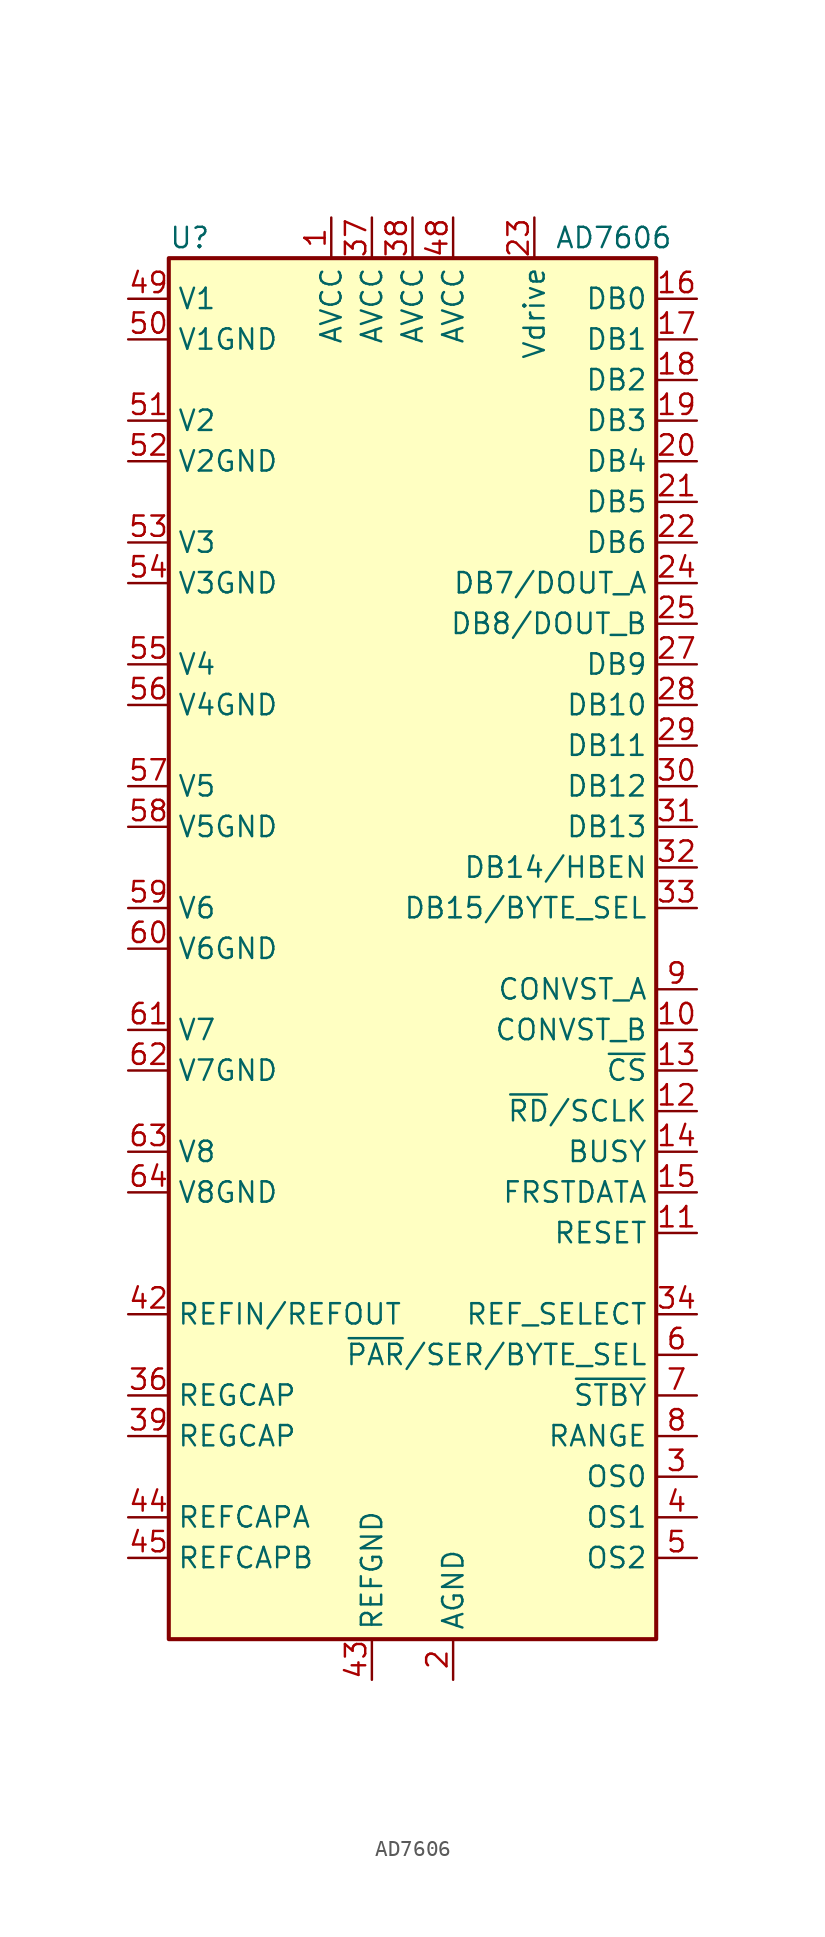
<source format=kicad_sym>
(kicad_symbol_lib
  (version 20201005)
  (generator kicad_symbol_editor)
  (symbol "AD7606"
    (property "Reference" "U"
      (at -15.24 44.45 0)
      (effects (font (size 1.27 1.27)) (justify left)))
    (property "Value" "AD7606"
      (at 8.89 44.45 0)
      (effects (font (size 1.27 1.27)) (justify left)))
    (symbol "AD7606_1_1"
      (rectangle (start -15.24 43.18) (end 15.24 -43.18) (stroke (width 0.254)) (fill (type background)))
      (pin power_in line (at -5.08 45.72 270) (length 2.54) (name "AVCC" (effects (font (size 1.27 1.27)))) (number "1" (effects (font (size 1.27 1.27)))))
      (pin input line (at 17.78 -5.08 180) (length 2.54) (name "CONVST_B" (effects (font (size 1.27 1.27)))) (number "10" (effects (font (size 1.27 1.27)))))
      (pin input line (at 17.78 -17.78 180) (length 2.54) (name "RESET" (effects (font (size 1.27 1.27)))) (number "11" (effects (font (size 1.27 1.27)))))
      (pin input line (at 17.78 -10.16 180) (length 2.54) (name "~RD~/SCLK" (effects (font (size 1.27 1.27)))) (number "12" (effects (font (size 1.27 1.27)))))
      (pin input line (at 17.78 -7.62 180) (length 2.54) (name "~CS" (effects (font (size 1.27 1.27)))) (number "13" (effects (font (size 1.27 1.27)))))
      (pin output line (at 17.78 -12.7 180) (length 2.54) (name "BUSY" (effects (font (size 1.27 1.27)))) (number "14" (effects (font (size 1.27 1.27)))))
      (pin output line (at 17.78 -15.24 180) (length 2.54) (name "FRSTDATA" (effects (font (size 1.27 1.27)))) (number "15" (effects (font (size 1.27 1.27)))))
      (pin output line (at 17.78 40.64 180) (length 2.54) (name "DB0" (effects (font (size 1.27 1.27)))) (number "16" (effects (font (size 1.27 1.27)))))
      (pin output line (at 17.78 38.1 180) (length 2.54) (name "DB1" (effects (font (size 1.27 1.27)))) (number "17" (effects (font (size 1.27 1.27)))))
      (pin output line (at 17.78 35.56 180) (length 2.54) (name "DB2" (effects (font (size 1.27 1.27)))) (number "18" (effects (font (size 1.27 1.27)))))
      (pin output line (at 17.78 33.02 180) (length 2.54) (name "DB3" (effects (font (size 1.27 1.27)))) (number "19" (effects (font (size 1.27 1.27)))))
      (pin power_in line (at 2.54 -45.72 90) (length 2.54) (name "AGND" (effects (font (size 1.27 1.27)))) (number "2" (effects (font (size 1.27 1.27)))))
      (pin output line (at 17.78 30.48 180) (length 2.54) (name "DB4" (effects (font (size 1.27 1.27)))) (number "20" (effects (font (size 1.27 1.27)))))
      (pin output line (at 17.78 27.94 180) (length 2.54) (name "DB5" (effects (font (size 1.27 1.27)))) (number "21" (effects (font (size 1.27 1.27)))))
      (pin output line (at 17.78 25.4 180) (length 2.54) (name "DB6" (effects (font (size 1.27 1.27)))) (number "22" (effects (font (size 1.27 1.27)))))
      (pin power_in line (at 7.62 45.72 270) (length 2.54) (name "Vdrive" (effects (font (size 1.27 1.27)))) (number "23" (effects (font (size 1.27 1.27)))))
      (pin output line (at 17.78 22.86 180) (length 2.54) (name "DB7/DOUT_A" (effects (font (size 1.27 1.27)))) (number "24" (effects (font (size 1.27 1.27)))))
      (pin output line (at 17.78 20.32 180) (length 2.54) (name "DB8/DOUT_B" (effects (font (size 1.27 1.27)))) (number "25" (effects (font (size 1.27 1.27)))))
      (pin passive line (at 2.54 -45.72 90) (length 2.54) hide (name "AGND" (effects (font (size 1.27 1.27)))) (number "26" (effects (font (size 1.27 1.27)))))
      (pin output line (at 17.78 17.78 180) (length 2.54) (name "DB9" (effects (font (size 1.27 1.27)))) (number "27" (effects (font (size 1.27 1.27)))))
      (pin output line (at 17.78 15.24 180) (length 2.54) (name "DB10" (effects (font (size 1.27 1.27)))) (number "28" (effects (font (size 1.27 1.27)))))
      (pin output line (at 17.78 12.7 180) (length 2.54) (name "DB11" (effects (font (size 1.27 1.27)))) (number "29" (effects (font (size 1.27 1.27)))))
      (pin input line (at 17.78 -33.02 180) (length 2.54) (name "OS0" (effects (font (size 1.27 1.27)))) (number "3" (effects (font (size 1.27 1.27)))))
      (pin output line (at 17.78 10.16 180) (length 2.54) (name "DB12" (effects (font (size 1.27 1.27)))) (number "30" (effects (font (size 1.27 1.27)))))
      (pin output line (at 17.78 7.62 180) (length 2.54) (name "DB13" (effects (font (size 1.27 1.27)))) (number "31" (effects (font (size 1.27 1.27)))))
      (pin bidirectional line (at 17.78 5.08 180) (length 2.54) (name "DB14/HBEN" (effects (font (size 1.27 1.27)))) (number "32" (effects (font (size 1.27 1.27)))))
      (pin bidirectional line (at 17.78 2.54 180) (length 2.54) (name "DB15/BYTE_SEL" (effects (font (size 1.27 1.27)))) (number "33" (effects (font (size 1.27 1.27)))))
      (pin input line (at 17.78 -22.86 180) (length 2.54) (name "REF_SELECT" (effects (font (size 1.27 1.27)))) (number "34" (effects (font (size 1.27 1.27)))))
      (pin passive line (at 2.54 -45.72 90) (length 2.54) hide (name "AGND" (effects (font (size 1.27 1.27)))) (number "35" (effects (font (size 1.27 1.27)))))
      (pin passive line (at -17.78 -27.94 0) (length 2.54) (name "REGCAP" (effects (font (size 1.27 1.27)))) (number "36" (effects (font (size 1.27 1.27)))))
      (pin power_in line (at -2.54 45.72 270) (length 2.54) (name "AVCC" (effects (font (size 1.27 1.27)))) (number "37" (effects (font (size 1.27 1.27)))))
      (pin power_in line (at 0 45.72 270) (length 2.54) (name "AVCC" (effects (font (size 1.27 1.27)))) (number "38" (effects (font (size 1.27 1.27)))))
      (pin passive line (at -17.78 -30.48 0) (length 2.54) (name "REGCAP" (effects (font (size 1.27 1.27)))) (number "39" (effects (font (size 1.27 1.27)))))
      (pin input line (at 17.78 -35.56 180) (length 2.54) (name "OS1" (effects (font (size 1.27 1.27)))) (number "4" (effects (font (size 1.27 1.27)))))
      (pin passive line (at 2.54 -45.72 90) (length 2.54) hide (name "AGND" (effects (font (size 1.27 1.27)))) (number "40" (effects (font (size 1.27 1.27)))))
      (pin passive line (at 2.54 -45.72 90) (length 2.54) hide (name "AGND" (effects (font (size 1.27 1.27)))) (number "41" (effects (font (size 1.27 1.27)))))
      (pin passive line (at -17.78 -22.86 0) (length 2.54) (name "REFIN/REFOUT" (effects (font (size 1.27 1.27)))) (number "42" (effects (font (size 1.27 1.27)))))
      (pin power_in line (at -2.54 -45.72 90) (length 2.54) (name "REFGND" (effects (font (size 1.27 1.27)))) (number "43" (effects (font (size 1.27 1.27)))))
      (pin passive line (at -17.78 -35.56 0) (length 2.54) (name "REFCAPA" (effects (font (size 1.27 1.27)))) (number "44" (effects (font (size 1.27 1.27)))))
      (pin passive line (at -17.78 -38.1 0) (length 2.54) (name "REFCAPB" (effects (font (size 1.27 1.27)))) (number "45" (effects (font (size 1.27 1.27)))))
      (pin passive line (at -2.54 -45.72 90) (length 2.54) hide (name "REFGND" (effects (font (size 1.27 1.27)))) (number "46" (effects (font (size 1.27 1.27)))))
      (pin passive line (at 2.54 -45.72 90) (length 2.54) hide (name "AGND" (effects (font (size 1.27 1.27)))) (number "47" (effects (font (size 1.27 1.27)))))
      (pin power_in line (at 2.54 45.72 270) (length 2.54) (name "AVCC" (effects (font (size 1.27 1.27)))) (number "48" (effects (font (size 1.27 1.27)))))
      (pin input line (at -17.78 40.64 0) (length 2.54) (name "V1" (effects (font (size 1.27 1.27)))) (number "49" (effects (font (size 1.27 1.27)))))
      (pin input line (at 17.78 -38.1 180) (length 2.54) (name "OS2" (effects (font (size 1.27 1.27)))) (number "5" (effects (font (size 1.27 1.27)))))
      (pin input line (at -17.78 38.1 0) (length 2.54) (name "V1GND" (effects (font (size 1.27 1.27)))) (number "50" (effects (font (size 1.27 1.27)))))
      (pin input line (at -17.78 33.02 0) (length 2.54) (name "V2" (effects (font (size 1.27 1.27)))) (number "51" (effects (font (size 1.27 1.27)))))
      (pin input line (at -17.78 30.48 0) (length 2.54) (name "V2GND" (effects (font (size 1.27 1.27)))) (number "52" (effects (font (size 1.27 1.27)))))
      (pin input line (at -17.78 25.4 0) (length 2.54) (name "V3" (effects (font (size 1.27 1.27)))) (number "53" (effects (font (size 1.27 1.27)))))
      (pin input line (at -17.78 22.86 0) (length 2.54) (name "V3GND" (effects (font (size 1.27 1.27)))) (number "54" (effects (font (size 1.27 1.27)))))
      (pin input line (at -17.78 17.78 0) (length 2.54) (name "V4" (effects (font (size 1.27 1.27)))) (number "55" (effects (font (size 1.27 1.27)))))
      (pin input line (at -17.78 15.24 0) (length 2.54) (name "V4GND" (effects (font (size 1.27 1.27)))) (number "56" (effects (font (size 1.27 1.27)))))
      (pin input line (at -17.78 10.16 0) (length 2.54) (name "V5" (effects (font (size 1.27 1.27)))) (number "57" (effects (font (size 1.27 1.27)))))
      (pin input line (at -17.78 7.62 0) (length 2.54) (name "V5GND" (effects (font (size 1.27 1.27)))) (number "58" (effects (font (size 1.27 1.27)))))
      (pin input line (at -17.78 2.54 0) (length 2.54) (name "V6" (effects (font (size 1.27 1.27)))) (number "59" (effects (font (size 1.27 1.27)))))
      (pin input line (at 17.78 -25.4 180) (length 2.54) (name "~PAR~/SER/BYTE_SEL" (effects (font (size 1.27 1.27)))) (number "6" (effects (font (size 1.27 1.27)))))
      (pin input line (at -17.78 0 0) (length 2.54) (name "V6GND" (effects (font (size 1.27 1.27)))) (number "60" (effects (font (size 1.27 1.27)))))
      (pin input line (at -17.78 -5.08 0) (length 2.54) (name "V7" (effects (font (size 1.27 1.27)))) (number "61" (effects (font (size 1.27 1.27)))))
      (pin input line (at -17.78 -7.62 0) (length 2.54) (name "V7GND" (effects (font (size 1.27 1.27)))) (number "62" (effects (font (size 1.27 1.27)))))
      (pin input line (at -17.78 -12.7 0) (length 2.54) (name "V8" (effects (font (size 1.27 1.27)))) (number "63" (effects (font (size 1.27 1.27)))))
      (pin input line (at -17.78 -15.24 0) (length 2.54) (name "V8GND" (effects (font (size 1.27 1.27)))) (number "64" (effects (font (size 1.27 1.27)))))
      (pin input line (at 17.78 -27.94 180) (length 2.54) (name "~STBY" (effects (font (size 1.27 1.27)))) (number "7" (effects (font (size 1.27 1.27)))))
      (pin input line (at 17.78 -30.48 180) (length 2.54) (name "RANGE" (effects (font (size 1.27 1.27)))) (number "8" (effects (font (size 1.27 1.27)))))
      (pin input line (at 17.78 -2.54 180) (length 2.54) (name "CONVST_A" (effects (font (size 1.27 1.27)))) (number "9" (effects (font (size 1.27 1.27))))))))
</source>
